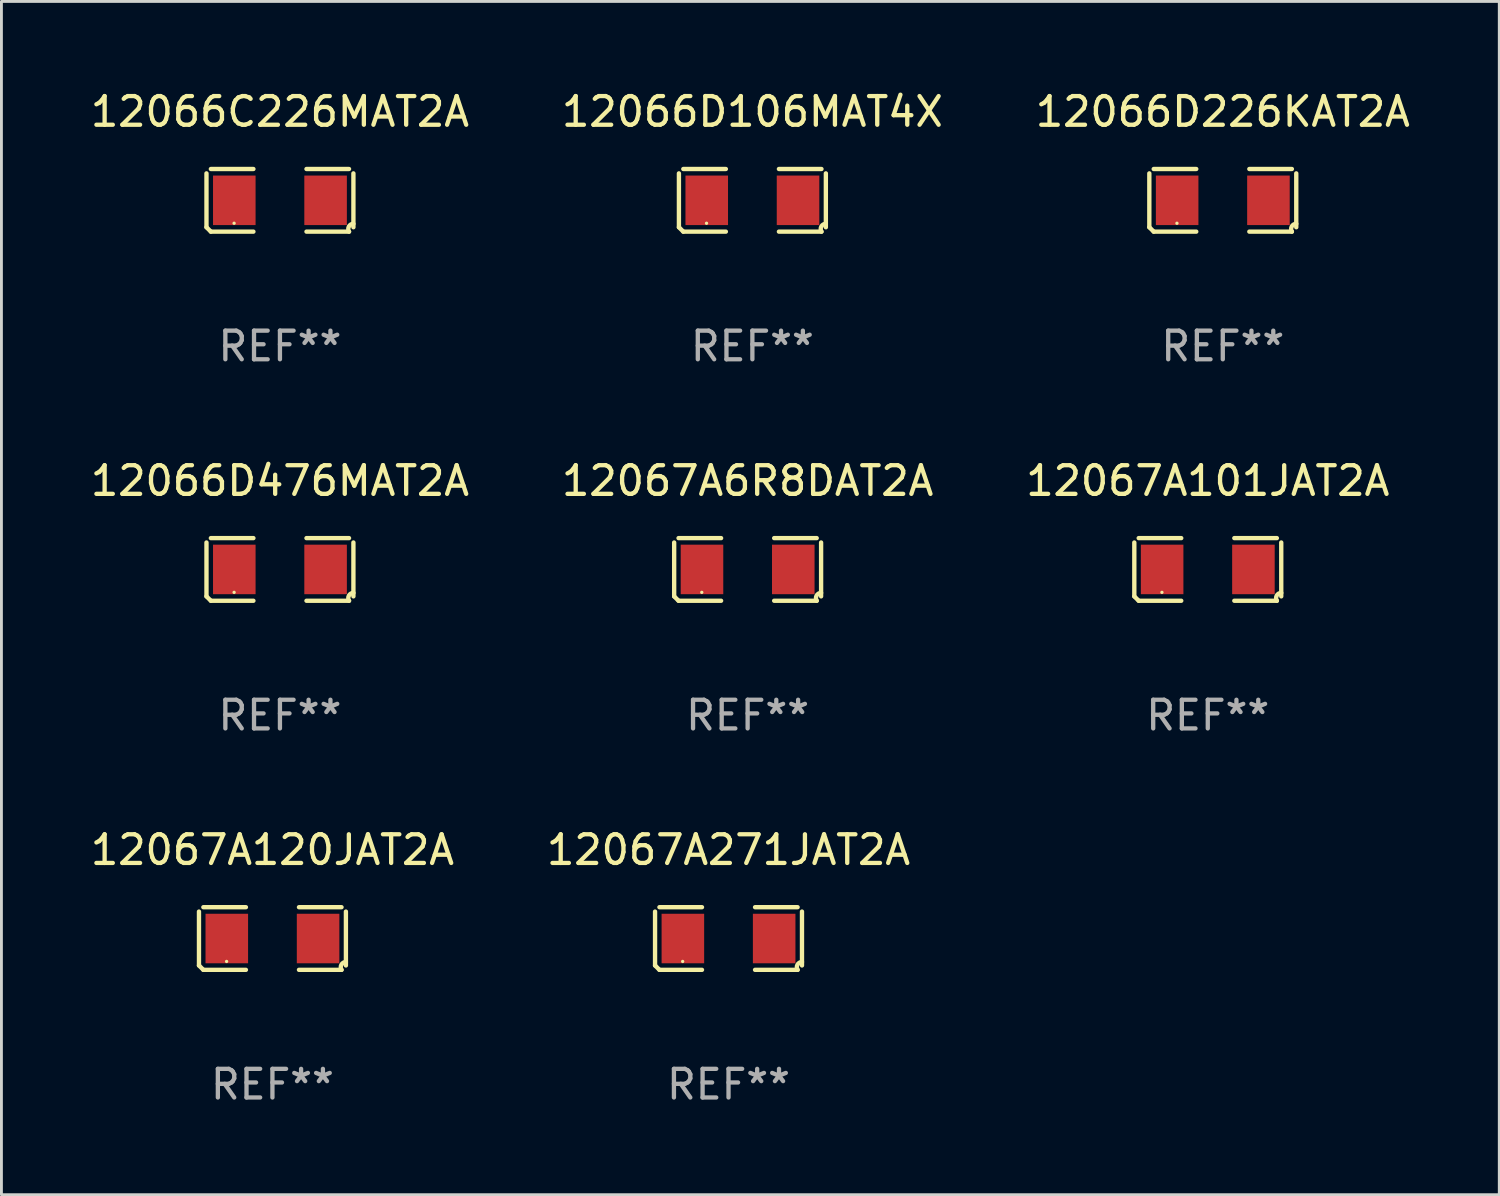
<source format=kicad_pcb>
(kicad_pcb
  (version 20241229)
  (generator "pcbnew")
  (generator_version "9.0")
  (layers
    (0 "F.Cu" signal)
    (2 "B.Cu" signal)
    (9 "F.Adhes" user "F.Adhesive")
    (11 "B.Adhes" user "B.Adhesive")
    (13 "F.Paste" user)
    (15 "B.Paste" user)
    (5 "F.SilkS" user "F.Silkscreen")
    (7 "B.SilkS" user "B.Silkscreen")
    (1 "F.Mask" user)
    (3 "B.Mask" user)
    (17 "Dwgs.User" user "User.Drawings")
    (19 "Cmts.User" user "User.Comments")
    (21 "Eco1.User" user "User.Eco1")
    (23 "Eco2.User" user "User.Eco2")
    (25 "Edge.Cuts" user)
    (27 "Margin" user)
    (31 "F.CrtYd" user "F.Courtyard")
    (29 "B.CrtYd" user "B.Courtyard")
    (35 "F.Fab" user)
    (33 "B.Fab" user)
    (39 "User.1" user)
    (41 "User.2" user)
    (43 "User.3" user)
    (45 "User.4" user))
  (footprint "12066C226MAT2A"
    (layer "F.Cu")
    (at 6.72 3.941)
    (property "Reference" "12066C226MAT2A" (at 0 -3.093 0) (layer "F.SilkS") (effects (font (size 1 1) (thickness 0.15))))
    (attr through_hole)
    (fp_line (start -2.564 0.94) (end -2.564 -0.94) (stroke (width 0.152) (type solid)) (layer "F.SilkS"))
    (fp_line (start -2.411 -1.093) (end -0.926 -1.093) (stroke (width 0.152) (type solid)) (layer "F.SilkS"))
    (fp_line (start -0.926 1.093) (end -2.411 1.093) (stroke (width 0.152) (type solid)) (layer "F.SilkS"))
    (fp_line (start 0.926 1.093) (end 2.411 1.093) (stroke (width 0.152) (type solid)) (layer "F.SilkS"))
    (fp_line (start 2.411 -1.093) (end 0.926 -1.093) (stroke (width 0.152) (type solid)) (layer "F.SilkS"))
    (fp_line (start 2.564 0.94) (end 2.564 -0.94) (stroke (width 0.152) (type solid)) (layer "F.SilkS"))
    (fp_arc (start -2.411201 1.092609) (mid -2.487413 1.01642) (end -2.563602 0.940208) (stroke (width 0.1524) (type solid)) (layer "F.SilkS"))
    (fp_arc (start 2.411201 1.092609) (mid 2.407159 0.911226) (end 2.563602 0.819347) (stroke (width 0.1524) (type solid)) (layer "F.SilkS"))
    (fp_circle (center -1.6 0.8) (end -1.57 0.8) (stroke (width 0.06) (type solid)) (fill no) (layer "F.SilkS"))
    (fp_text user "REF**" (at 0 5.093 0) (layer "F.Fab") (effects (font (size 1 1) (thickness 0.15))))
    (pad "1" smd rect (at -1.593 0) (size 1.485 1.728) (layers "F.Cu" "F.Mask" "F.Paste"))
    (pad "2" smd rect (at 1.593 0) (size 1.485 1.728) (layers "F.Cu" "F.Mask" "F.Paste")))
  (footprint "12067A271JAT2A"
    (layer "F.Cu")
    (at 22.375 29.704)
    (property "Reference" "12067A271JAT2A" (at 0 -3.093 0) (layer "F.SilkS") (effects (font (size 1 1) (thickness 0.15))))
    (attr through_hole)
    (fp_line (start -2.564 0.94) (end -2.564 -0.94) (stroke (width 0.152) (type solid)) (layer "F.SilkS"))
    (fp_line (start -2.411 -1.093) (end -0.926 -1.093) (stroke (width 0.152) (type solid)) (layer "F.SilkS"))
    (fp_line (start -0.926 1.093) (end -2.411 1.093) (stroke (width 0.152) (type solid)) (layer "F.SilkS"))
    (fp_line (start 0.926 1.093) (end 2.411 1.093) (stroke (width 0.152) (type solid)) (layer "F.SilkS"))
    (fp_line (start 2.411 -1.093) (end 0.926 -1.093) (stroke (width 0.152) (type solid)) (layer "F.SilkS"))
    (fp_line (start 2.564 0.94) (end 2.564 -0.94) (stroke (width 0.152) (type solid)) (layer "F.SilkS"))
    (fp_arc (start -2.411201 1.092609) (mid -2.487413 1.01642) (end -2.563602 0.940208) (stroke (width 0.1524) (type solid)) (layer "F.SilkS"))
    (fp_arc (start 2.411201 1.092609) (mid 2.407159 0.911226) (end 2.563602 0.819347) (stroke (width 0.1524) (type solid)) (layer "F.SilkS"))
    (fp_circle (center -1.6 0.8) (end -1.57 0.8) (stroke (width 0.06) (type solid)) (fill no) (layer "F.SilkS"))
    (fp_text user "REF**" (at 0 5.093 0) (layer "F.Fab") (effects (font (size 1 1) (thickness 0.15))))
    (pad "1" smd rect (at -1.593 0) (size 1.485 1.728) (layers "F.Cu" "F.Mask" "F.Paste"))
    (pad "2" smd rect (at 1.593 0) (size 1.485 1.728) (layers "F.Cu" "F.Mask" "F.Paste")))
  (footprint "12066D106MAT4X"
    (layer "F.Cu")
    (at 23.208 3.941)
    (property "Reference" "12066D106MAT4X" (at 0 -3.093 0) (layer "F.SilkS") (effects (font (size 1 1) (thickness 0.15))))
    (attr through_hole)
    (fp_line (start -2.564 0.94) (end -2.564 -0.94) (stroke (width 0.152) (type solid)) (layer "F.SilkS"))
    (fp_line (start -2.411 -1.093) (end -0.926 -1.093) (stroke (width 0.152) (type solid)) (layer "F.SilkS"))
    (fp_line (start -0.926 1.093) (end -2.411 1.093) (stroke (width 0.152) (type solid)) (layer "F.SilkS"))
    (fp_line (start 0.926 1.093) (end 2.411 1.093) (stroke (width 0.152) (type solid)) (layer "F.SilkS"))
    (fp_line (start 2.411 -1.093) (end 0.926 -1.093) (stroke (width 0.152) (type solid)) (layer "F.SilkS"))
    (fp_line (start 2.564 0.94) (end 2.564 -0.94) (stroke (width 0.152) (type solid)) (layer "F.SilkS"))
    (fp_arc (start -2.411201 1.092609) (mid -2.487413 1.01642) (end -2.563602 0.940208) (stroke (width 0.1524) (type solid)) (layer "F.SilkS"))
    (fp_arc (start 2.411201 1.092609) (mid 2.407159 0.911226) (end 2.563602 0.819347) (stroke (width 0.1524) (type solid)) (layer "F.SilkS"))
    (fp_circle (center -1.6 0.8) (end -1.57 0.8) (stroke (width 0.06) (type solid)) (fill no) (layer "F.SilkS"))
    (fp_text user "REF**" (at 0 5.093 0) (layer "F.Fab") (effects (font (size 1 1) (thickness 0.15))))
    (pad "1" smd rect (at -1.593 0) (size 1.485 1.728) (layers "F.Cu" "F.Mask" "F.Paste"))
    (pad "2" smd rect (at 1.593 0) (size 1.485 1.728) (layers "F.Cu" "F.Mask" "F.Paste")))
  (footprint "12066D476MAT2A"
    (layer "F.Cu")
    (at 6.72 16.823)
    (property "Reference" "12066D476MAT2A" (at 0 -3.093 0) (layer "F.SilkS") (effects (font (size 1 1) (thickness 0.15))))
    (attr through_hole)
    (fp_line (start -2.564 0.94) (end -2.564 -0.94) (stroke (width 0.152) (type solid)) (layer "F.SilkS"))
    (fp_line (start -2.411 -1.093) (end -0.926 -1.093) (stroke (width 0.152) (type solid)) (layer "F.SilkS"))
    (fp_line (start -0.926 1.093) (end -2.411 1.093) (stroke (width 0.152) (type solid)) (layer "F.SilkS"))
    (fp_line (start 0.926 1.093) (end 2.411 1.093) (stroke (width 0.152) (type solid)) (layer "F.SilkS"))
    (fp_line (start 2.411 -1.093) (end 0.926 -1.093) (stroke (width 0.152) (type solid)) (layer "F.SilkS"))
    (fp_line (start 2.564 0.94) (end 2.564 -0.94) (stroke (width 0.152) (type solid)) (layer "F.SilkS"))
    (fp_arc (start -2.411201 1.092609) (mid -2.487413 1.01642) (end -2.563602 0.940208) (stroke (width 0.1524) (type solid)) (layer "F.SilkS"))
    (fp_arc (start 2.411201 1.092609) (mid 2.407159 0.911226) (end 2.563602 0.819347) (stroke (width 0.1524) (type solid)) (layer "F.SilkS"))
    (fp_circle (center -1.6 0.8) (end -1.57 0.8) (stroke (width 0.06) (type solid)) (fill no) (layer "F.SilkS"))
    (fp_text user "REF**" (at 0 5.093 0) (layer "F.Fab") (effects (font (size 1 1) (thickness 0.15))))
    (pad "1" smd rect (at -1.593 0) (size 1.485 1.728) (layers "F.Cu" "F.Mask" "F.Paste"))
    (pad "2" smd rect (at 1.593 0) (size 1.485 1.728) (layers "F.Cu" "F.Mask" "F.Paste")))
  (footprint "12066D226KAT2A"
    (layer "F.Cu")
    (at 39.625 3.941)
    (property "Reference" "12066D226KAT2A" (at 0 -3.093 0) (layer "F.SilkS") (effects (font (size 1 1) (thickness 0.15))))
    (attr through_hole)
    (fp_line (start -2.564 0.94) (end -2.564 -0.94) (stroke (width 0.152) (type solid)) (layer "F.SilkS"))
    (fp_line (start -2.411 -1.093) (end -0.926 -1.093) (stroke (width 0.152) (type solid)) (layer "F.SilkS"))
    (fp_line (start -0.926 1.093) (end -2.411 1.093) (stroke (width 0.152) (type solid)) (layer "F.SilkS"))
    (fp_line (start 0.926 1.093) (end 2.411 1.093) (stroke (width 0.152) (type solid)) (layer "F.SilkS"))
    (fp_line (start 2.411 -1.093) (end 0.926 -1.093) (stroke (width 0.152) (type solid)) (layer "F.SilkS"))
    (fp_line (start 2.564 0.94) (end 2.564 -0.94) (stroke (width 0.152) (type solid)) (layer "F.SilkS"))
    (fp_arc (start -2.411201 1.092609) (mid -2.487413 1.01642) (end -2.563602 0.940208) (stroke (width 0.1524) (type solid)) (layer "F.SilkS"))
    (fp_arc (start 2.411201 1.092609) (mid 2.407159 0.911226) (end 2.563602 0.819347) (stroke (width 0.1524) (type solid)) (layer "F.SilkS"))
    (fp_circle (center -1.6 0.8) (end -1.57 0.8) (stroke (width 0.06) (type solid)) (fill no) (layer "F.SilkS"))
    (fp_text user "REF**" (at 0 5.093 0) (layer "F.Fab") (effects (font (size 1 1) (thickness 0.15))))
    (pad "1" smd rect (at -1.593 0) (size 1.485 1.728) (layers "F.Cu" "F.Mask" "F.Paste"))
    (pad "2" smd rect (at 1.593 0) (size 1.485 1.728) (layers "F.Cu" "F.Mask" "F.Paste")))
  (footprint "12067A120JAT2A"
    (layer "F.Cu")
    (at 6.458 29.704)
    (property "Reference" "12067A120JAT2A" (at 0 -3.093 0) (layer "F.SilkS") (effects (font (size 1 1) (thickness 0.15))))
    (attr through_hole)
    (fp_line (start -2.564 0.94) (end -2.564 -0.94) (stroke (width 0.152) (type solid)) (layer "F.SilkS"))
    (fp_line (start -2.411 -1.093) (end -0.926 -1.093) (stroke (width 0.152) (type solid)) (layer "F.SilkS"))
    (fp_line (start -0.926 1.093) (end -2.411 1.093) (stroke (width 0.152) (type solid)) (layer "F.SilkS"))
    (fp_line (start 0.926 1.093) (end 2.411 1.093) (stroke (width 0.152) (type solid)) (layer "F.SilkS"))
    (fp_line (start 2.411 -1.093) (end 0.926 -1.093) (stroke (width 0.152) (type solid)) (layer "F.SilkS"))
    (fp_line (start 2.564 0.94) (end 2.564 -0.94) (stroke (width 0.152) (type solid)) (layer "F.SilkS"))
    (fp_arc (start -2.411201 1.092609) (mid -2.487413 1.01642) (end -2.563602 0.940208) (stroke (width 0.1524) (type solid)) (layer "F.SilkS"))
    (fp_arc (start 2.411201 1.092609) (mid 2.407159 0.911226) (end 2.563602 0.819347) (stroke (width 0.1524) (type solid)) (layer "F.SilkS"))
    (fp_circle (center -1.6 0.8) (end -1.57 0.8) (stroke (width 0.06) (type solid)) (fill no) (layer "F.SilkS"))
    (fp_text user "REF**" (at 0 5.093 0) (layer "F.Fab") (effects (font (size 1 1) (thickness 0.15))))
    (pad "1" smd rect (at -1.593 0) (size 1.485 1.728) (layers "F.Cu" "F.Mask" "F.Paste"))
    (pad "2" smd rect (at 1.593 0) (size 1.485 1.728) (layers "F.Cu" "F.Mask" "F.Paste")))
  (footprint "12067A6R8DAT2A"
    (layer "F.Cu")
    (at 23.042 16.823)
    (property "Reference" "12067A6R8DAT2A" (at 0 -3.093 0) (layer "F.SilkS") (effects (font (size 1 1) (thickness 0.15))))
    (attr through_hole)
    (fp_line (start -2.564 0.94) (end -2.564 -0.94) (stroke (width 0.152) (type solid)) (layer "F.SilkS"))
    (fp_line (start -2.411 -1.093) (end -0.926 -1.093) (stroke (width 0.152) (type solid)) (layer "F.SilkS"))
    (fp_line (start -0.926 1.093) (end -2.411 1.093) (stroke (width 0.152) (type solid)) (layer "F.SilkS"))
    (fp_line (start 0.926 1.093) (end 2.411 1.093) (stroke (width 0.152) (type solid)) (layer "F.SilkS"))
    (fp_line (start 2.411 -1.093) (end 0.926 -1.093) (stroke (width 0.152) (type solid)) (layer "F.SilkS"))
    (fp_line (start 2.564 0.94) (end 2.564 -0.94) (stroke (width 0.152) (type solid)) (layer "F.SilkS"))
    (fp_arc (start -2.411201 1.092609) (mid -2.487413 1.01642) (end -2.563602 0.940208) (stroke (width 0.1524) (type solid)) (layer "F.SilkS"))
    (fp_arc (start 2.411201 1.092609) (mid 2.407159 0.911226) (end 2.563602 0.819347) (stroke (width 0.1524) (type solid)) (layer "F.SilkS"))
    (fp_circle (center -1.6 0.8) (end -1.57 0.8) (stroke (width 0.06) (type solid)) (fill no) (layer "F.SilkS"))
    (fp_text user "REF**" (at 0 5.093 0) (layer "F.Fab") (effects (font (size 1 1) (thickness 0.15))))
    (pad "1" smd rect (at -1.593 0) (size 1.485 1.728) (layers "F.Cu" "F.Mask" "F.Paste"))
    (pad "2" smd rect (at 1.593 0) (size 1.485 1.728) (layers "F.Cu" "F.Mask" "F.Paste")))
  (footprint "12067A101JAT2A"
    (layer "F.Cu")
    (at 39.101 16.823)
    (property "Reference" "12067A101JAT2A" (at 0 -3.093 0) (layer "F.SilkS") (effects (font (size 1 1) (thickness 0.15))))
    (attr through_hole)
    (fp_line (start -2.564 0.94) (end -2.564 -0.94) (stroke (width 0.152) (type solid)) (layer "F.SilkS"))
    (fp_line (start -2.411 -1.093) (end -0.926 -1.093) (stroke (width 0.152) (type solid)) (layer "F.SilkS"))
    (fp_line (start -0.926 1.093) (end -2.411 1.093) (stroke (width 0.152) (type solid)) (layer "F.SilkS"))
    (fp_line (start 0.926 1.093) (end 2.411 1.093) (stroke (width 0.152) (type solid)) (layer "F.SilkS"))
    (fp_line (start 2.411 -1.093) (end 0.926 -1.093) (stroke (width 0.152) (type solid)) (layer "F.SilkS"))
    (fp_line (start 2.564 0.94) (end 2.564 -0.94) (stroke (width 0.152) (type solid)) (layer "F.SilkS"))
    (fp_arc (start -2.411201 1.092609) (mid -2.487413 1.01642) (end -2.563602 0.940208) (stroke (width 0.1524) (type solid)) (layer "F.SilkS"))
    (fp_arc (start 2.411201 1.092609) (mid 2.407159 0.911226) (end 2.563602 0.819347) (stroke (width 0.1524) (type solid)) (layer "F.SilkS"))
    (fp_circle (center -1.6 0.8) (end -1.57 0.8) (stroke (width 0.06) (type solid)) (fill no) (layer "F.SilkS"))
    (fp_text user "REF**" (at 0 5.093 0) (layer "F.Fab") (effects (font (size 1 1) (thickness 0.15))))
    (pad "1" smd rect (at -1.593 0) (size 1.485 1.728) (layers "F.Cu" "F.Mask" "F.Paste"))
    (pad "2" smd rect (at 1.593 0) (size 1.485 1.728) (layers "F.Cu" "F.Mask" "F.Paste")))
  (gr_rect
    (start -3 -3)
    (end 49.274 38.645)
    (stroke (width 0.1) (type default))
    (fill no)
    (layer "Edge.Cuts")))
</source>
